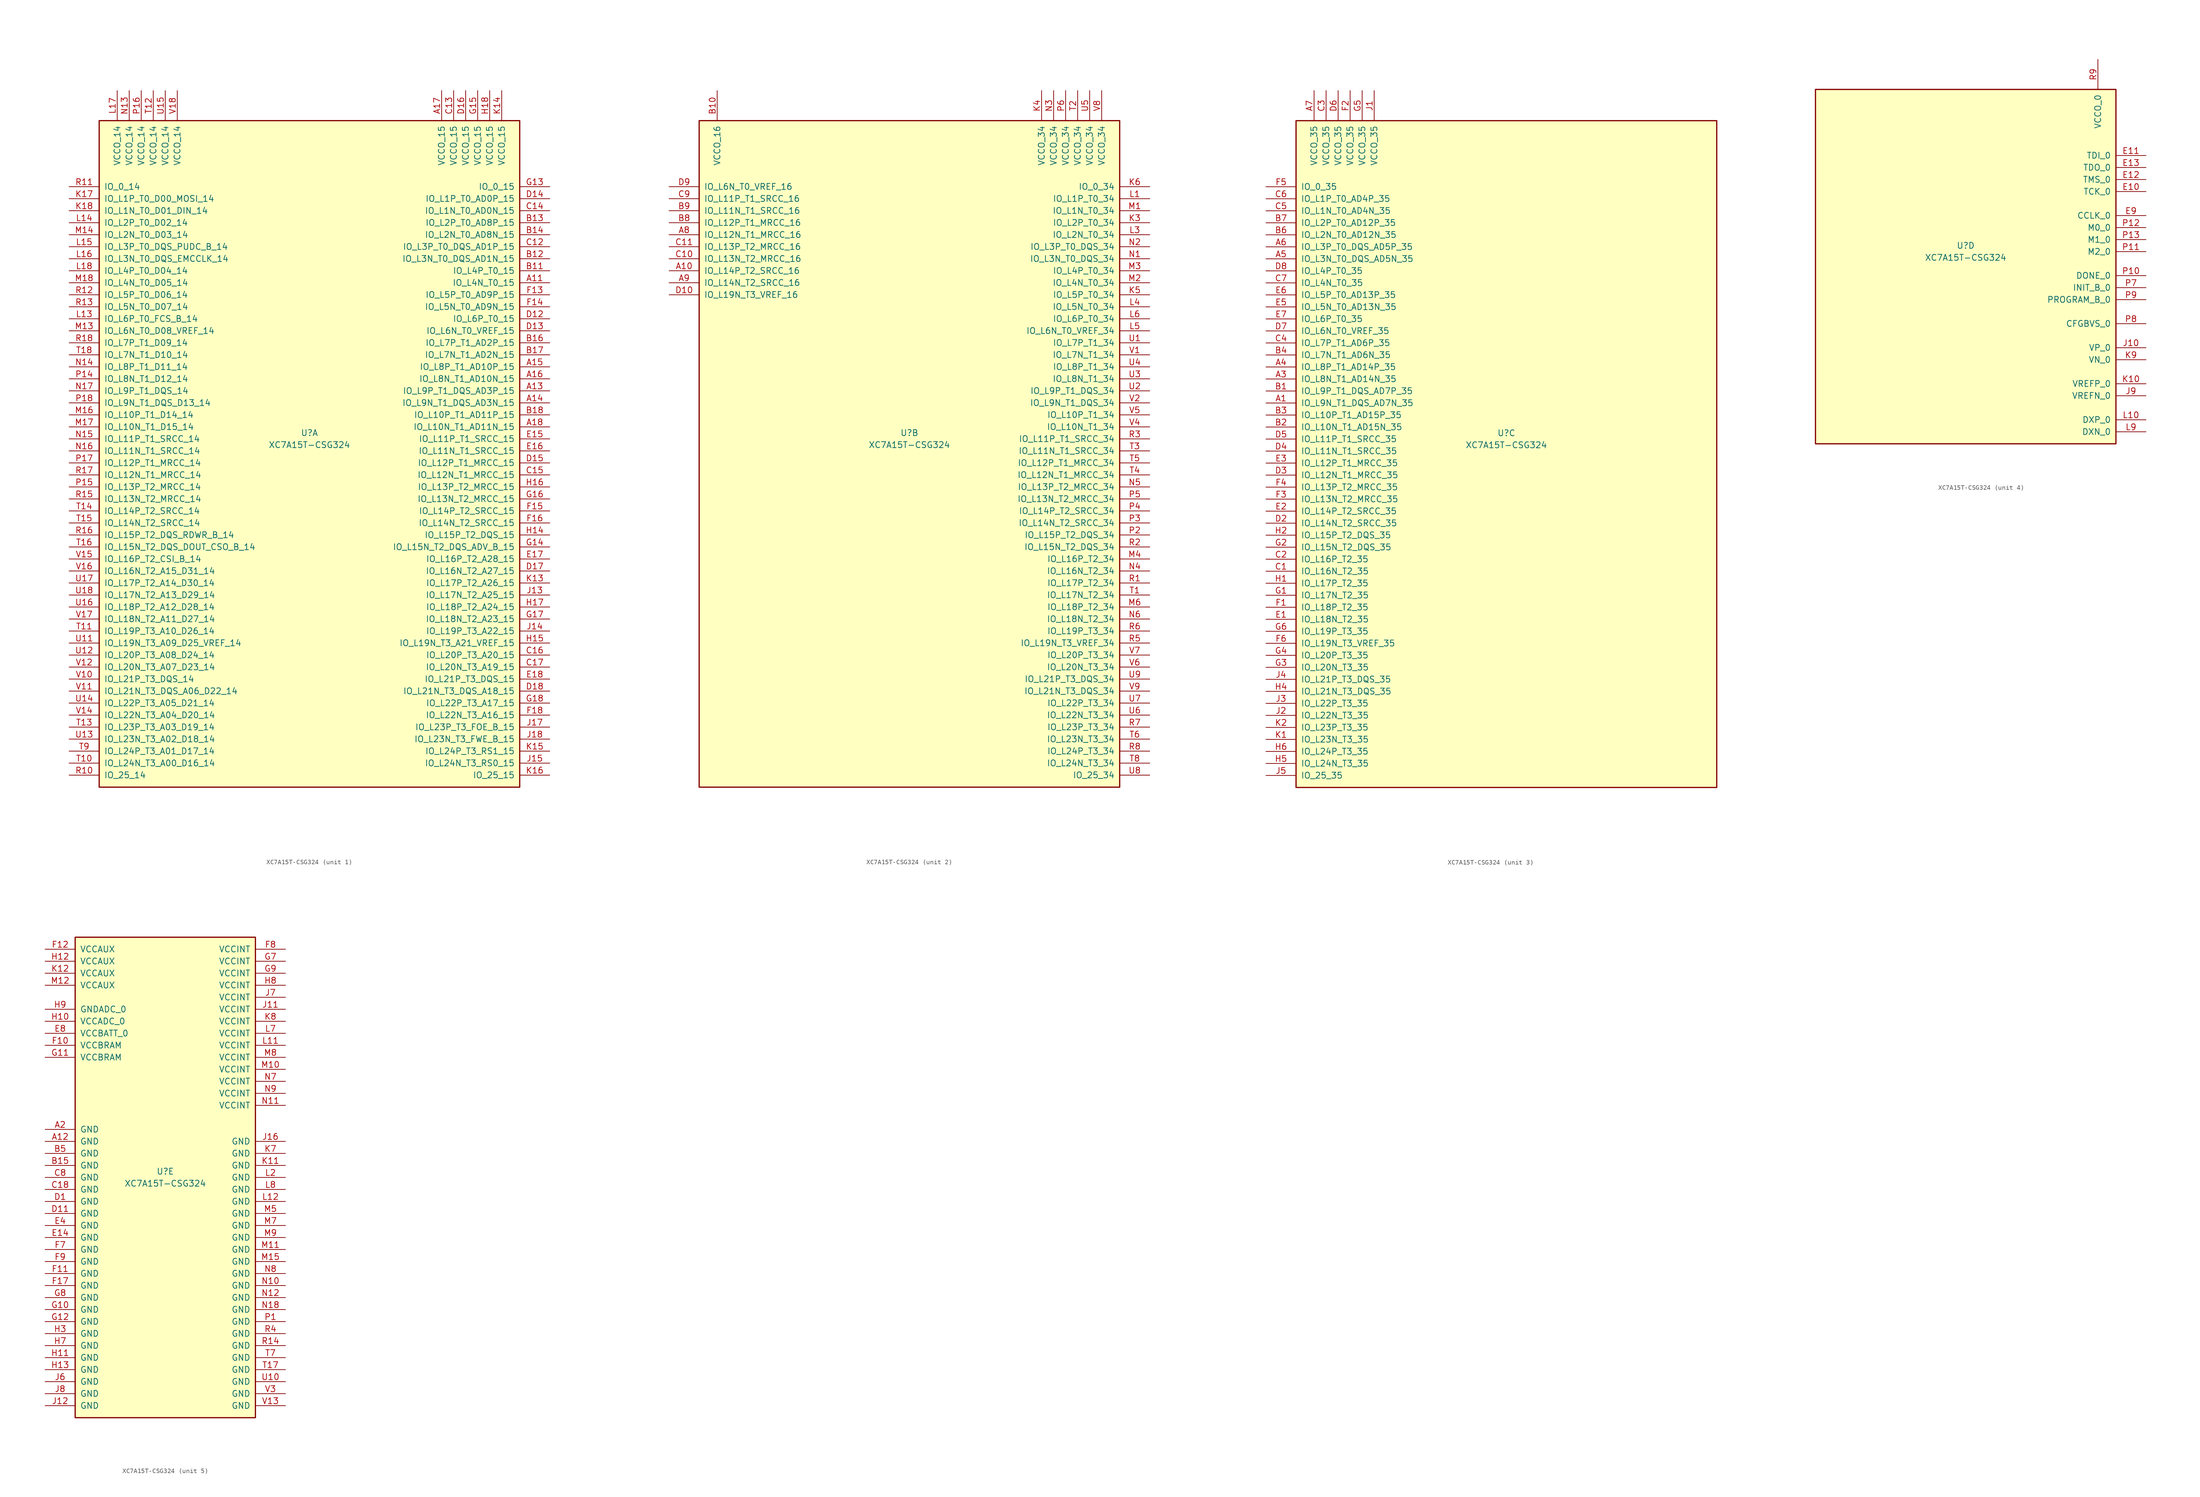
<source format=kicad_sym>
(kicad_symbol_lib
  (version 20201005)
  (generator kicad_symbol_editor)
  (symbol "FPGA_Xilinx_Artix7:XC7A15T-CSG324"
    (pin_names
      (offset 1.016))
    (property "Reference" "U"
      (at 0 1.27 0)
      (effects (font (size 1.27 1.27))))
    (property "Value" "XC7A15T-CSG324"
      (at 0 -1.27 0)
      (effects (font (size 1.27 1.27))))
    (property "Datasheet" ""
      (at 0 0 0)
      (effects (font (size 1.27 1.27))))
    (property "ki_locked" ""
      (at 0 0 0)
      (effects (font (size 1.27 1.27))))
    (symbol "XC7A15T-CSG324_1_1"
      (rectangle (start -44.45 67.31) (end 44.45 -73.66) (stroke (width 0.254)) (fill (type background)))
      (pin power_in line (at -40.64 73.66 270) (length 6.35) (name "VCCO_14" (effects (font (size 1.27 1.27)))) (number "L17" (effects (font (size 1.27 1.27)))))
      (pin power_in line (at -38.1 73.66 270) (length 6.35) (name "VCCO_14" (effects (font (size 1.27 1.27)))) (number "N13" (effects (font (size 1.27 1.27)))))
      (pin power_in line (at -35.56 73.66 270) (length 6.35) (name "VCCO_14" (effects (font (size 1.27 1.27)))) (number "P16" (effects (font (size 1.27 1.27)))))
      (pin power_in line (at -33.02 73.66 270) (length 6.35) (name "VCCO_14" (effects (font (size 1.27 1.27)))) (number "T12" (effects (font (size 1.27 1.27)))))
      (pin power_in line (at -30.48 73.66 270) (length 6.35) (name "VCCO_14" (effects (font (size 1.27 1.27)))) (number "U15" (effects (font (size 1.27 1.27)))))
      (pin power_in line (at -27.94 73.66 270) (length 6.35) (name "VCCO_14" (effects (font (size 1.27 1.27)))) (number "V18" (effects (font (size 1.27 1.27)))))
      (pin bidirectional line (at -50.8 53.34 0) (length 6.35) (name "IO_0_14" (effects (font (size 1.27 1.27)))) (number "R11" (effects (font (size 1.27 1.27)))))
      (pin bidirectional line (at -50.8 50.8 0) (length 6.35) (name "IO_L1P_T0_D00_MOSI_14" (effects (font (size 1.27 1.27)))) (number "K17" (effects (font (size 1.27 1.27)))))
      (pin bidirectional line (at -50.8 48.26 0) (length 6.35) (name "IO_L1N_T0_D01_DIN_14" (effects (font (size 1.27 1.27)))) (number "K18" (effects (font (size 1.27 1.27)))))
      (pin bidirectional line (at -50.8 45.72 0) (length 6.35) (name "IO_L2P_T0_D02_14" (effects (font (size 1.27 1.27)))) (number "L14" (effects (font (size 1.27 1.27)))))
      (pin bidirectional line (at -50.8 43.18 0) (length 6.35) (name "IO_L2N_T0_D03_14" (effects (font (size 1.27 1.27)))) (number "M14" (effects (font (size 1.27 1.27)))))
      (pin bidirectional line (at -50.8 40.64 0) (length 6.35) (name "IO_L3P_T0_DQS_PUDC_B_14" (effects (font (size 1.27 1.27)))) (number "L15" (effects (font (size 1.27 1.27)))))
      (pin bidirectional line (at -50.8 38.1 0) (length 6.35) (name "IO_L3N_T0_DQS_EMCCLK_14" (effects (font (size 1.27 1.27)))) (number "L16" (effects (font (size 1.27 1.27)))))
      (pin bidirectional line (at -50.8 35.56 0) (length 6.35) (name "IO_L4P_T0_D04_14" (effects (font (size 1.27 1.27)))) (number "L18" (effects (font (size 1.27 1.27)))))
      (pin bidirectional line (at -50.8 33.02 0) (length 6.35) (name "IO_L4N_T0_D05_14" (effects (font (size 1.27 1.27)))) (number "M18" (effects (font (size 1.27 1.27)))))
      (pin bidirectional line (at -50.8 30.48 0) (length 6.35) (name "IO_L5P_T0_D06_14" (effects (font (size 1.27 1.27)))) (number "R12" (effects (font (size 1.27 1.27)))))
      (pin bidirectional line (at -50.8 27.94 0) (length 6.35) (name "IO_L5N_T0_D07_14" (effects (font (size 1.27 1.27)))) (number "R13" (effects (font (size 1.27 1.27)))))
      (pin bidirectional line (at -50.8 25.4 0) (length 6.35) (name "IO_L6P_T0_FCS_B_14" (effects (font (size 1.27 1.27)))) (number "L13" (effects (font (size 1.27 1.27)))))
      (pin bidirectional line (at -50.8 22.86 0) (length 6.35) (name "IO_L6N_T0_D08_VREF_14" (effects (font (size 1.27 1.27)))) (number "M13" (effects (font (size 1.27 1.27)))))
      (pin bidirectional line (at -50.8 20.32 0) (length 6.35) (name "IO_L7P_T1_D09_14" (effects (font (size 1.27 1.27)))) (number "R18" (effects (font (size 1.27 1.27)))))
      (pin bidirectional line (at -50.8 17.78 0) (length 6.35) (name "IO_L7N_T1_D10_14" (effects (font (size 1.27 1.27)))) (number "T18" (effects (font (size 1.27 1.27)))))
      (pin bidirectional line (at -50.8 15.24 0) (length 6.35) (name "IO_L8P_T1_D11_14" (effects (font (size 1.27 1.27)))) (number "N14" (effects (font (size 1.27 1.27)))))
      (pin bidirectional line (at -50.8 12.7 0) (length 6.35) (name "IO_L8N_T1_D12_14" (effects (font (size 1.27 1.27)))) (number "P14" (effects (font (size 1.27 1.27)))))
      (pin bidirectional line (at -50.8 10.16 0) (length 6.35) (name "IO_L9P_T1_DQS_14" (effects (font (size 1.27 1.27)))) (number "N17" (effects (font (size 1.27 1.27)))))
      (pin bidirectional line (at -50.8 7.62 0) (length 6.35) (name "IO_L9N_T1_DQS_D13_14" (effects (font (size 1.27 1.27)))) (number "P18" (effects (font (size 1.27 1.27)))))
      (pin bidirectional line (at -50.8 5.08 0) (length 6.35) (name "IO_L10P_T1_D14_14" (effects (font (size 1.27 1.27)))) (number "M16" (effects (font (size 1.27 1.27)))))
      (pin bidirectional line (at -50.8 2.54 0) (length 6.35) (name "IO_L10N_T1_D15_14" (effects (font (size 1.27 1.27)))) (number "M17" (effects (font (size 1.27 1.27)))))
      (pin bidirectional line (at -50.8 0 0) (length 6.35) (name "IO_L11P_T1_SRCC_14" (effects (font (size 1.27 1.27)))) (number "N15" (effects (font (size 1.27 1.27)))))
      (pin bidirectional line (at -50.8 -2.54 0) (length 6.35) (name "IO_L11N_T1_SRCC_14" (effects (font (size 1.27 1.27)))) (number "N16" (effects (font (size 1.27 1.27)))))
      (pin bidirectional line (at -50.8 -5.08 0) (length 6.35) (name "IO_L12P_T1_MRCC_14" (effects (font (size 1.27 1.27)))) (number "P17" (effects (font (size 1.27 1.27)))))
      (pin bidirectional line (at -50.8 -7.62 0) (length 6.35) (name "IO_L12N_T1_MRCC_14" (effects (font (size 1.27 1.27)))) (number "R17" (effects (font (size 1.27 1.27)))))
      (pin bidirectional line (at -50.8 -10.16 0) (length 6.35) (name "IO_L13P_T2_MRCC_14" (effects (font (size 1.27 1.27)))) (number "P15" (effects (font (size 1.27 1.27)))))
      (pin bidirectional line (at -50.8 -12.7 0) (length 6.35) (name "IO_L13N_T2_MRCC_14" (effects (font (size 1.27 1.27)))) (number "R15" (effects (font (size 1.27 1.27)))))
      (pin bidirectional line (at -50.8 -15.24 0) (length 6.35) (name "IO_L14P_T2_SRCC_14" (effects (font (size 1.27 1.27)))) (number "T14" (effects (font (size 1.27 1.27)))))
      (pin bidirectional line (at -50.8 -17.78 0) (length 6.35) (name "IO_L14N_T2_SRCC_14" (effects (font (size 1.27 1.27)))) (number "T15" (effects (font (size 1.27 1.27)))))
      (pin bidirectional line (at -50.8 -20.32 0) (length 6.35) (name "IO_L15P_T2_DQS_RDWR_B_14" (effects (font (size 1.27 1.27)))) (number "R16" (effects (font (size 1.27 1.27)))))
      (pin bidirectional line (at -50.8 -22.86 0) (length 6.35) (name "IO_L15N_T2_DQS_DOUT_CSO_B_14" (effects (font (size 1.27 1.27)))) (number "T16" (effects (font (size 1.27 1.27)))))
      (pin bidirectional line (at -50.8 -25.4 0) (length 6.35) (name "IO_L16P_T2_CSI_B_14" (effects (font (size 1.27 1.27)))) (number "V15" (effects (font (size 1.27 1.27)))))
      (pin bidirectional line (at -50.8 -27.94 0) (length 6.35) (name "IO_L16N_T2_A15_D31_14" (effects (font (size 1.27 1.27)))) (number "V16" (effects (font (size 1.27 1.27)))))
      (pin bidirectional line (at -50.8 -30.48 0) (length 6.35) (name "IO_L17P_T2_A14_D30_14" (effects (font (size 1.27 1.27)))) (number "U17" (effects (font (size 1.27 1.27)))))
      (pin bidirectional line (at -50.8 -33.02 0) (length 6.35) (name "IO_L17N_T2_A13_D29_14" (effects (font (size 1.27 1.27)))) (number "U18" (effects (font (size 1.27 1.27)))))
      (pin bidirectional line (at -50.8 -35.56 0) (length 6.35) (name "IO_L18P_T2_A12_D28_14" (effects (font (size 1.27 1.27)))) (number "U16" (effects (font (size 1.27 1.27)))))
      (pin bidirectional line (at -50.8 -38.1 0) (length 6.35) (name "IO_L18N_T2_A11_D27_14" (effects (font (size 1.27 1.27)))) (number "V17" (effects (font (size 1.27 1.27)))))
      (pin bidirectional line (at -50.8 -40.64 0) (length 6.35) (name "IO_L19P_T3_A10_D26_14" (effects (font (size 1.27 1.27)))) (number "T11" (effects (font (size 1.27 1.27)))))
      (pin bidirectional line (at -50.8 -43.18 0) (length 6.35) (name "IO_L19N_T3_A09_D25_VREF_14" (effects (font (size 1.27 1.27)))) (number "U11" (effects (font (size 1.27 1.27)))))
      (pin bidirectional line (at -50.8 -45.72 0) (length 6.35) (name "IO_L20P_T3_A08_D24_14" (effects (font (size 1.27 1.27)))) (number "U12" (effects (font (size 1.27 1.27)))))
      (pin bidirectional line (at -50.8 -48.26 0) (length 6.35) (name "IO_L20N_T3_A07_D23_14" (effects (font (size 1.27 1.27)))) (number "V12" (effects (font (size 1.27 1.27)))))
      (pin bidirectional line (at -50.8 -50.8 0) (length 6.35) (name "IO_L21P_T3_DQS_14" (effects (font (size 1.27 1.27)))) (number "V10" (effects (font (size 1.27 1.27)))))
      (pin bidirectional line (at -50.8 -53.34 0) (length 6.35) (name "IO_L21N_T3_DQS_A06_D22_14" (effects (font (size 1.27 1.27)))) (number "V11" (effects (font (size 1.27 1.27)))))
      (pin bidirectional line (at -50.8 -55.88 0) (length 6.35) (name "IO_L22P_T3_A05_D21_14" (effects (font (size 1.27 1.27)))) (number "U14" (effects (font (size 1.27 1.27)))))
      (pin bidirectional line (at -50.8 -58.42 0) (length 6.35) (name "IO_L22N_T3_A04_D20_14" (effects (font (size 1.27 1.27)))) (number "V14" (effects (font (size 1.27 1.27)))))
      (pin bidirectional line (at -50.8 -60.96 0) (length 6.35) (name "IO_L23P_T3_A03_D19_14" (effects (font (size 1.27 1.27)))) (number "T13" (effects (font (size 1.27 1.27)))))
      (pin bidirectional line (at -50.8 -63.5 0) (length 6.35) (name "IO_L23N_T3_A02_D18_14" (effects (font (size 1.27 1.27)))) (number "U13" (effects (font (size 1.27 1.27)))))
      (pin bidirectional line (at -50.8 -66.04 0) (length 6.35) (name "IO_L24P_T3_A01_D17_14" (effects (font (size 1.27 1.27)))) (number "T9" (effects (font (size 1.27 1.27)))))
      (pin bidirectional line (at -50.8 -68.58 0) (length 6.35) (name "IO_L24N_T3_A00_D16_14" (effects (font (size 1.27 1.27)))) (number "T10" (effects (font (size 1.27 1.27)))))
      (pin bidirectional line (at -50.8 -71.12 0) (length 6.35) (name "IO_25_14" (effects (font (size 1.27 1.27)))) (number "R10" (effects (font (size 1.27 1.27)))))
      (pin power_in line (at 27.94 73.66 270) (length 6.35) (name "VCCO_15" (effects (font (size 1.27 1.27)))) (number "A17" (effects (font (size 1.27 1.27)))))
      (pin power_in line (at 30.48 73.66 270) (length 6.35) (name "VCCO_15" (effects (font (size 1.27 1.27)))) (number "C13" (effects (font (size 1.27 1.27)))))
      (pin power_in line (at 33.02 73.66 270) (length 6.35) (name "VCCO_15" (effects (font (size 1.27 1.27)))) (number "D16" (effects (font (size 1.27 1.27)))))
      (pin power_in line (at 35.56 73.66 270) (length 6.35) (name "VCCO_15" (effects (font (size 1.27 1.27)))) (number "G15" (effects (font (size 1.27 1.27)))))
      (pin power_in line (at 38.1 73.66 270) (length 6.35) (name "VCCO_15" (effects (font (size 1.27 1.27)))) (number "H18" (effects (font (size 1.27 1.27)))))
      (pin power_in line (at 40.64 73.66 270) (length 6.35) (name "VCCO_15" (effects (font (size 1.27 1.27)))) (number "K14" (effects (font (size 1.27 1.27)))))
      (pin bidirectional line (at 50.8 53.34 180) (length 6.35) (name "IO_0_15" (effects (font (size 1.27 1.27)))) (number "G13" (effects (font (size 1.27 1.27)))))
      (pin bidirectional line (at 50.8 50.8 180) (length 6.35) (name "IO_L1P_T0_AD0P_15" (effects (font (size 1.27 1.27)))) (number "D14" (effects (font (size 1.27 1.27)))))
      (pin bidirectional line (at 50.8 48.26 180) (length 6.35) (name "IO_L1N_T0_AD0N_15" (effects (font (size 1.27 1.27)))) (number "C14" (effects (font (size 1.27 1.27)))))
      (pin bidirectional line (at 50.8 45.72 180) (length 6.35) (name "IO_L2P_T0_AD8P_15" (effects (font (size 1.27 1.27)))) (number "B13" (effects (font (size 1.27 1.27)))))
      (pin bidirectional line (at 50.8 43.18 180) (length 6.35) (name "IO_L2N_T0_AD8N_15" (effects (font (size 1.27 1.27)))) (number "B14" (effects (font (size 1.27 1.27)))))
      (pin bidirectional line (at 50.8 40.64 180) (length 6.35) (name "IO_L3P_T0_DQS_AD1P_15" (effects (font (size 1.27 1.27)))) (number "C12" (effects (font (size 1.27 1.27)))))
      (pin bidirectional line (at 50.8 38.1 180) (length 6.35) (name "IO_L3N_T0_DQS_AD1N_15" (effects (font (size 1.27 1.27)))) (number "B12" (effects (font (size 1.27 1.27)))))
      (pin bidirectional line (at 50.8 35.56 180) (length 6.35) (name "IO_L4P_T0_15" (effects (font (size 1.27 1.27)))) (number "B11" (effects (font (size 1.27 1.27)))))
      (pin bidirectional line (at 50.8 33.02 180) (length 6.35) (name "IO_L4N_T0_15" (effects (font (size 1.27 1.27)))) (number "A11" (effects (font (size 1.27 1.27)))))
      (pin bidirectional line (at 50.8 30.48 180) (length 6.35) (name "IO_L5P_T0_AD9P_15" (effects (font (size 1.27 1.27)))) (number "F13" (effects (font (size 1.27 1.27)))))
      (pin bidirectional line (at 50.8 27.94 180) (length 6.35) (name "IO_L5N_T0_AD9N_15" (effects (font (size 1.27 1.27)))) (number "F14" (effects (font (size 1.27 1.27)))))
      (pin bidirectional line (at 50.8 25.4 180) (length 6.35) (name "IO_L6P_T0_15" (effects (font (size 1.27 1.27)))) (number "D12" (effects (font (size 1.27 1.27)))))
      (pin bidirectional line (at 50.8 22.86 180) (length 6.35) (name "IO_L6N_T0_VREF_15" (effects (font (size 1.27 1.27)))) (number "D13" (effects (font (size 1.27 1.27)))))
      (pin bidirectional line (at 50.8 20.32 180) (length 6.35) (name "IO_L7P_T1_AD2P_15" (effects (font (size 1.27 1.27)))) (number "B16" (effects (font (size 1.27 1.27)))))
      (pin bidirectional line (at 50.8 17.78 180) (length 6.35) (name "IO_L7N_T1_AD2N_15" (effects (font (size 1.27 1.27)))) (number "B17" (effects (font (size 1.27 1.27)))))
      (pin bidirectional line (at 50.8 15.24 180) (length 6.35) (name "IO_L8P_T1_AD10P_15" (effects (font (size 1.27 1.27)))) (number "A15" (effects (font (size 1.27 1.27)))))
      (pin bidirectional line (at 50.8 12.7 180) (length 6.35) (name "IO_L8N_T1_AD10N_15" (effects (font (size 1.27 1.27)))) (number "A16" (effects (font (size 1.27 1.27)))))
      (pin bidirectional line (at 50.8 10.16 180) (length 6.35) (name "IO_L9P_T1_DQS_AD3P_15" (effects (font (size 1.27 1.27)))) (number "A13" (effects (font (size 1.27 1.27)))))
      (pin bidirectional line (at 50.8 7.62 180) (length 6.35) (name "IO_L9N_T1_DQS_AD3N_15" (effects (font (size 1.27 1.27)))) (number "A14" (effects (font (size 1.27 1.27)))))
      (pin bidirectional line (at 50.8 5.08 180) (length 6.35) (name "IO_L10P_T1_AD11P_15" (effects (font (size 1.27 1.27)))) (number "B18" (effects (font (size 1.27 1.27)))))
      (pin bidirectional line (at 50.8 2.54 180) (length 6.35) (name "IO_L10N_T1_AD11N_15" (effects (font (size 1.27 1.27)))) (number "A18" (effects (font (size 1.27 1.27)))))
      (pin bidirectional line (at 50.8 0 180) (length 6.35) (name "IO_L11P_T1_SRCC_15" (effects (font (size 1.27 1.27)))) (number "E15" (effects (font (size 1.27 1.27)))))
      (pin bidirectional line (at 50.8 -2.54 180) (length 6.35) (name "IO_L11N_T1_SRCC_15" (effects (font (size 1.27 1.27)))) (number "E16" (effects (font (size 1.27 1.27)))))
      (pin bidirectional line (at 50.8 -5.08 180) (length 6.35) (name "IO_L12P_T1_MRCC_15" (effects (font (size 1.27 1.27)))) (number "D15" (effects (font (size 1.27 1.27)))))
      (pin bidirectional line (at 50.8 -7.62 180) (length 6.35) (name "IO_L12N_T1_MRCC_15" (effects (font (size 1.27 1.27)))) (number "C15" (effects (font (size 1.27 1.27)))))
      (pin bidirectional line (at 50.8 -10.16 180) (length 6.35) (name "IO_L13P_T2_MRCC_15" (effects (font (size 1.27 1.27)))) (number "H16" (effects (font (size 1.27 1.27)))))
      (pin bidirectional line (at 50.8 -12.7 180) (length 6.35) (name "IO_L13N_T2_MRCC_15" (effects (font (size 1.27 1.27)))) (number "G16" (effects (font (size 1.27 1.27)))))
      (pin bidirectional line (at 50.8 -15.24 180) (length 6.35) (name "IO_L14P_T2_SRCC_15" (effects (font (size 1.27 1.27)))) (number "F15" (effects (font (size 1.27 1.27)))))
      (pin bidirectional line (at 50.8 -17.78 180) (length 6.35) (name "IO_L14N_T2_SRCC_15" (effects (font (size 1.27 1.27)))) (number "F16" (effects (font (size 1.27 1.27)))))
      (pin bidirectional line (at 50.8 -20.32 180) (length 6.35) (name "IO_L15P_T2_DQS_15" (effects (font (size 1.27 1.27)))) (number "H14" (effects (font (size 1.27 1.27)))))
      (pin bidirectional line (at 50.8 -22.86 180) (length 6.35) (name "IO_L15N_T2_DQS_ADV_B_15" (effects (font (size 1.27 1.27)))) (number "G14" (effects (font (size 1.27 1.27)))))
      (pin bidirectional line (at 50.8 -25.4 180) (length 6.35) (name "IO_L16P_T2_A28_15" (effects (font (size 1.27 1.27)))) (number "E17" (effects (font (size 1.27 1.27)))))
      (pin bidirectional line (at 50.8 -27.94 180) (length 6.35) (name "IO_L16N_T2_A27_15" (effects (font (size 1.27 1.27)))) (number "D17" (effects (font (size 1.27 1.27)))))
      (pin bidirectional line (at 50.8 -30.48 180) (length 6.35) (name "IO_L17P_T2_A26_15" (effects (font (size 1.27 1.27)))) (number "K13" (effects (font (size 1.27 1.27)))))
      (pin bidirectional line (at 50.8 -33.02 180) (length 6.35) (name "IO_L17N_T2_A25_15" (effects (font (size 1.27 1.27)))) (number "J13" (effects (font (size 1.27 1.27)))))
      (pin bidirectional line (at 50.8 -35.56 180) (length 6.35) (name "IO_L18P_T2_A24_15" (effects (font (size 1.27 1.27)))) (number "H17" (effects (font (size 1.27 1.27)))))
      (pin bidirectional line (at 50.8 -38.1 180) (length 6.35) (name "IO_L18N_T2_A23_15" (effects (font (size 1.27 1.27)))) (number "G17" (effects (font (size 1.27 1.27)))))
      (pin bidirectional line (at 50.8 -40.64 180) (length 6.35) (name "IO_L19P_T3_A22_15" (effects (font (size 1.27 1.27)))) (number "J14" (effects (font (size 1.27 1.27)))))
      (pin bidirectional line (at 50.8 -43.18 180) (length 6.35) (name "IO_L19N_T3_A21_VREF_15" (effects (font (size 1.27 1.27)))) (number "H15" (effects (font (size 1.27 1.27)))))
      (pin bidirectional line (at 50.8 -45.72 180) (length 6.35) (name "IO_L20P_T3_A20_15" (effects (font (size 1.27 1.27)))) (number "C16" (effects (font (size 1.27 1.27)))))
      (pin bidirectional line (at 50.8 -48.26 180) (length 6.35) (name "IO_L20N_T3_A19_15" (effects (font (size 1.27 1.27)))) (number "C17" (effects (font (size 1.27 1.27)))))
      (pin bidirectional line (at 50.8 -50.8 180) (length 6.35) (name "IO_L21P_T3_DQS_15" (effects (font (size 1.27 1.27)))) (number "E18" (effects (font (size 1.27 1.27)))))
      (pin bidirectional line (at 50.8 -53.34 180) (length 6.35) (name "IO_L21N_T3_DQS_A18_15" (effects (font (size 1.27 1.27)))) (number "D18" (effects (font (size 1.27 1.27)))))
      (pin bidirectional line (at 50.8 -55.88 180) (length 6.35) (name "IO_L22P_T3_A17_15" (effects (font (size 1.27 1.27)))) (number "G18" (effects (font (size 1.27 1.27)))))
      (pin bidirectional line (at 50.8 -58.42 180) (length 6.35) (name "IO_L22N_T3_A16_15" (effects (font (size 1.27 1.27)))) (number "F18" (effects (font (size 1.27 1.27)))))
      (pin bidirectional line (at 50.8 -60.96 180) (length 6.35) (name "IO_L23P_T3_FOE_B_15" (effects (font (size 1.27 1.27)))) (number "J17" (effects (font (size 1.27 1.27)))))
      (pin bidirectional line (at 50.8 -63.5 180) (length 6.35) (name "IO_L23N_T3_FWE_B_15" (effects (font (size 1.27 1.27)))) (number "J18" (effects (font (size 1.27 1.27)))))
      (pin bidirectional line (at 50.8 -66.04 180) (length 6.35) (name "IO_L24P_T3_RS1_15" (effects (font (size 1.27 1.27)))) (number "K15" (effects (font (size 1.27 1.27)))))
      (pin bidirectional line (at 50.8 -68.58 180) (length 6.35) (name "IO_L24N_T3_RS0_15" (effects (font (size 1.27 1.27)))) (number "J15" (effects (font (size 1.27 1.27)))))
      (pin bidirectional line (at 50.8 -71.12 180) (length 6.35) (name "IO_25_15" (effects (font (size 1.27 1.27)))) (number "K16" (effects (font (size 1.27 1.27))))))
    (symbol "XC7A15T-CSG324_2_1"
      (rectangle (start -44.45 67.31) (end 44.45 -73.66) (stroke (width 0.254)) (fill (type background)))
      (pin power_in line (at -40.64 73.66 270) (length 6.35) (name "VCCO_16" (effects (font (size 1.27 1.27)))) (number "B10" (effects (font (size 1.27 1.27)))))
      (pin bidirectional line (at -50.8 53.34 0) (length 6.35) (name "IO_L6N_T0_VREF_16" (effects (font (size 1.27 1.27)))) (number "D9" (effects (font (size 1.27 1.27)))))
      (pin bidirectional line (at -50.8 50.8 0) (length 6.35) (name "IO_L11P_T1_SRCC_16" (effects (font (size 1.27 1.27)))) (number "C9" (effects (font (size 1.27 1.27)))))
      (pin bidirectional line (at -50.8 48.26 0) (length 6.35) (name "IO_L11N_T1_SRCC_16" (effects (font (size 1.27 1.27)))) (number "B9" (effects (font (size 1.27 1.27)))))
      (pin bidirectional line (at -50.8 45.72 0) (length 6.35) (name "IO_L12P_T1_MRCC_16" (effects (font (size 1.27 1.27)))) (number "B8" (effects (font (size 1.27 1.27)))))
      (pin bidirectional line (at -50.8 43.18 0) (length 6.35) (name "IO_L12N_T1_MRCC_16" (effects (font (size 1.27 1.27)))) (number "A8" (effects (font (size 1.27 1.27)))))
      (pin bidirectional line (at -50.8 40.64 0) (length 6.35) (name "IO_L13P_T2_MRCC_16" (effects (font (size 1.27 1.27)))) (number "C11" (effects (font (size 1.27 1.27)))))
      (pin bidirectional line (at -50.8 38.1 0) (length 6.35) (name "IO_L13N_T2_MRCC_16" (effects (font (size 1.27 1.27)))) (number "C10" (effects (font (size 1.27 1.27)))))
      (pin bidirectional line (at -50.8 35.56 0) (length 6.35) (name "IO_L14P_T2_SRCC_16" (effects (font (size 1.27 1.27)))) (number "A10" (effects (font (size 1.27 1.27)))))
      (pin bidirectional line (at -50.8 33.02 0) (length 6.35) (name "IO_L14N_T2_SRCC_16" (effects (font (size 1.27 1.27)))) (number "A9" (effects (font (size 1.27 1.27)))))
      (pin bidirectional line (at -50.8 30.48 0) (length 6.35) (name "IO_L19N_T3_VREF_16" (effects (font (size 1.27 1.27)))) (number "D10" (effects (font (size 1.27 1.27)))))
      (pin power_in line (at 27.94 73.66 270) (length 6.35) (name "VCCO_34" (effects (font (size 1.27 1.27)))) (number "K4" (effects (font (size 1.27 1.27)))))
      (pin power_in line (at 30.48 73.66 270) (length 6.35) (name "VCCO_34" (effects (font (size 1.27 1.27)))) (number "N3" (effects (font (size 1.27 1.27)))))
      (pin power_in line (at 33.02 73.66 270) (length 6.35) (name "VCCO_34" (effects (font (size 1.27 1.27)))) (number "P6" (effects (font (size 1.27 1.27)))))
      (pin power_in line (at 35.56 73.66 270) (length 6.35) (name "VCCO_34" (effects (font (size 1.27 1.27)))) (number "T2" (effects (font (size 1.27 1.27)))))
      (pin power_in line (at 38.1 73.66 270) (length 6.35) (name "VCCO_34" (effects (font (size 1.27 1.27)))) (number "U5" (effects (font (size 1.27 1.27)))))
      (pin power_in line (at 40.64 73.66 270) (length 6.35) (name "VCCO_34" (effects (font (size 1.27 1.27)))) (number "V8" (effects (font (size 1.27 1.27)))))
      (pin bidirectional line (at 50.8 53.34 180) (length 6.35) (name "IO_0_34" (effects (font (size 1.27 1.27)))) (number "K6" (effects (font (size 1.27 1.27)))))
      (pin bidirectional line (at 50.8 50.8 180) (length 6.35) (name "IO_L1P_T0_34" (effects (font (size 1.27 1.27)))) (number "L1" (effects (font (size 1.27 1.27)))))
      (pin bidirectional line (at 50.8 48.26 180) (length 6.35) (name "IO_L1N_T0_34" (effects (font (size 1.27 1.27)))) (number "M1" (effects (font (size 1.27 1.27)))))
      (pin bidirectional line (at 50.8 45.72 180) (length 6.35) (name "IO_L2P_T0_34" (effects (font (size 1.27 1.27)))) (number "K3" (effects (font (size 1.27 1.27)))))
      (pin bidirectional line (at 50.8 43.18 180) (length 6.35) (name "IO_L2N_T0_34" (effects (font (size 1.27 1.27)))) (number "L3" (effects (font (size 1.27 1.27)))))
      (pin bidirectional line (at 50.8 40.64 180) (length 6.35) (name "IO_L3P_T0_DQS_34" (effects (font (size 1.27 1.27)))) (number "N2" (effects (font (size 1.27 1.27)))))
      (pin bidirectional line (at 50.8 38.1 180) (length 6.35) (name "IO_L3N_T0_DQS_34" (effects (font (size 1.27 1.27)))) (number "N1" (effects (font (size 1.27 1.27)))))
      (pin bidirectional line (at 50.8 35.56 180) (length 6.35) (name "IO_L4P_T0_34" (effects (font (size 1.27 1.27)))) (number "M3" (effects (font (size 1.27 1.27)))))
      (pin bidirectional line (at 50.8 33.02 180) (length 6.35) (name "IO_L4N_T0_34" (effects (font (size 1.27 1.27)))) (number "M2" (effects (font (size 1.27 1.27)))))
      (pin bidirectional line (at 50.8 30.48 180) (length 6.35) (name "IO_L5P_T0_34" (effects (font (size 1.27 1.27)))) (number "K5" (effects (font (size 1.27 1.27)))))
      (pin bidirectional line (at 50.8 27.94 180) (length 6.35) (name "IO_L5N_T0_34" (effects (font (size 1.27 1.27)))) (number "L4" (effects (font (size 1.27 1.27)))))
      (pin bidirectional line (at 50.8 25.4 180) (length 6.35) (name "IO_L6P_T0_34" (effects (font (size 1.27 1.27)))) (number "L6" (effects (font (size 1.27 1.27)))))
      (pin bidirectional line (at 50.8 22.86 180) (length 6.35) (name "IO_L6N_T0_VREF_34" (effects (font (size 1.27 1.27)))) (number "L5" (effects (font (size 1.27 1.27)))))
      (pin bidirectional line (at 50.8 20.32 180) (length 6.35) (name "IO_L7P_T1_34" (effects (font (size 1.27 1.27)))) (number "U1" (effects (font (size 1.27 1.27)))))
      (pin bidirectional line (at 50.8 17.78 180) (length 6.35) (name "IO_L7N_T1_34" (effects (font (size 1.27 1.27)))) (number "V1" (effects (font (size 1.27 1.27)))))
      (pin bidirectional line (at 50.8 15.24 180) (length 6.35) (name "IO_L8P_T1_34" (effects (font (size 1.27 1.27)))) (number "U4" (effects (font (size 1.27 1.27)))))
      (pin bidirectional line (at 50.8 12.7 180) (length 6.35) (name "IO_L8N_T1_34" (effects (font (size 1.27 1.27)))) (number "U3" (effects (font (size 1.27 1.27)))))
      (pin bidirectional line (at 50.8 10.16 180) (length 6.35) (name "IO_L9P_T1_DQS_34" (effects (font (size 1.27 1.27)))) (number "U2" (effects (font (size 1.27 1.27)))))
      (pin bidirectional line (at 50.8 7.62 180) (length 6.35) (name "IO_L9N_T1_DQS_34" (effects (font (size 1.27 1.27)))) (number "V2" (effects (font (size 1.27 1.27)))))
      (pin bidirectional line (at 50.8 5.08 180) (length 6.35) (name "IO_L10P_T1_34" (effects (font (size 1.27 1.27)))) (number "V5" (effects (font (size 1.27 1.27)))))
      (pin bidirectional line (at 50.8 2.54 180) (length 6.35) (name "IO_L10N_T1_34" (effects (font (size 1.27 1.27)))) (number "V4" (effects (font (size 1.27 1.27)))))
      (pin bidirectional line (at 50.8 0 180) (length 6.35) (name "IO_L11P_T1_SRCC_34" (effects (font (size 1.27 1.27)))) (number "R3" (effects (font (size 1.27 1.27)))))
      (pin bidirectional line (at 50.8 -2.54 180) (length 6.35) (name "IO_L11N_T1_SRCC_34" (effects (font (size 1.27 1.27)))) (number "T3" (effects (font (size 1.27 1.27)))))
      (pin bidirectional line (at 50.8 -5.08 180) (length 6.35) (name "IO_L12P_T1_MRCC_34" (effects (font (size 1.27 1.27)))) (number "T5" (effects (font (size 1.27 1.27)))))
      (pin bidirectional line (at 50.8 -7.62 180) (length 6.35) (name "IO_L12N_T1_MRCC_34" (effects (font (size 1.27 1.27)))) (number "T4" (effects (font (size 1.27 1.27)))))
      (pin bidirectional line (at 50.8 -10.16 180) (length 6.35) (name "IO_L13P_T2_MRCC_34" (effects (font (size 1.27 1.27)))) (number "N5" (effects (font (size 1.27 1.27)))))
      (pin bidirectional line (at 50.8 -12.7 180) (length 6.35) (name "IO_L13N_T2_MRCC_34" (effects (font (size 1.27 1.27)))) (number "P5" (effects (font (size 1.27 1.27)))))
      (pin bidirectional line (at 50.8 -15.24 180) (length 6.35) (name "IO_L14P_T2_SRCC_34" (effects (font (size 1.27 1.27)))) (number "P4" (effects (font (size 1.27 1.27)))))
      (pin bidirectional line (at 50.8 -17.78 180) (length 6.35) (name "IO_L14N_T2_SRCC_34" (effects (font (size 1.27 1.27)))) (number "P3" (effects (font (size 1.27 1.27)))))
      (pin bidirectional line (at 50.8 -20.32 180) (length 6.35) (name "IO_L15P_T2_DQS_34" (effects (font (size 1.27 1.27)))) (number "P2" (effects (font (size 1.27 1.27)))))
      (pin bidirectional line (at 50.8 -22.86 180) (length 6.35) (name "IO_L15N_T2_DQS_34" (effects (font (size 1.27 1.27)))) (number "R2" (effects (font (size 1.27 1.27)))))
      (pin bidirectional line (at 50.8 -25.4 180) (length 6.35) (name "IO_L16P_T2_34" (effects (font (size 1.27 1.27)))) (number "M4" (effects (font (size 1.27 1.27)))))
      (pin bidirectional line (at 50.8 -27.94 180) (length 6.35) (name "IO_L16N_T2_34" (effects (font (size 1.27 1.27)))) (number "N4" (effects (font (size 1.27 1.27)))))
      (pin bidirectional line (at 50.8 -30.48 180) (length 6.35) (name "IO_L17P_T2_34" (effects (font (size 1.27 1.27)))) (number "R1" (effects (font (size 1.27 1.27)))))
      (pin bidirectional line (at 50.8 -33.02 180) (length 6.35) (name "IO_L17N_T2_34" (effects (font (size 1.27 1.27)))) (number "T1" (effects (font (size 1.27 1.27)))))
      (pin bidirectional line (at 50.8 -35.56 180) (length 6.35) (name "IO_L18P_T2_34" (effects (font (size 1.27 1.27)))) (number "M6" (effects (font (size 1.27 1.27)))))
      (pin bidirectional line (at 50.8 -38.1 180) (length 6.35) (name "IO_L18N_T2_34" (effects (font (size 1.27 1.27)))) (number "N6" (effects (font (size 1.27 1.27)))))
      (pin bidirectional line (at 50.8 -40.64 180) (length 6.35) (name "IO_L19P_T3_34" (effects (font (size 1.27 1.27)))) (number "R6" (effects (font (size 1.27 1.27)))))
      (pin bidirectional line (at 50.8 -43.18 180) (length 6.35) (name "IO_L19N_T3_VREF_34" (effects (font (size 1.27 1.27)))) (number "R5" (effects (font (size 1.27 1.27)))))
      (pin bidirectional line (at 50.8 -45.72 180) (length 6.35) (name "IO_L20P_T3_34" (effects (font (size 1.27 1.27)))) (number "V7" (effects (font (size 1.27 1.27)))))
      (pin bidirectional line (at 50.8 -48.26 180) (length 6.35) (name "IO_L20N_T3_34" (effects (font (size 1.27 1.27)))) (number "V6" (effects (font (size 1.27 1.27)))))
      (pin bidirectional line (at 50.8 -50.8 180) (length 6.35) (name "IO_L21P_T3_DQS_34" (effects (font (size 1.27 1.27)))) (number "U9" (effects (font (size 1.27 1.27)))))
      (pin bidirectional line (at 50.8 -53.34 180) (length 6.35) (name "IO_L21N_T3_DQS_34" (effects (font (size 1.27 1.27)))) (number "V9" (effects (font (size 1.27 1.27)))))
      (pin bidirectional line (at 50.8 -55.88 180) (length 6.35) (name "IO_L22P_T3_34" (effects (font (size 1.27 1.27)))) (number "U7" (effects (font (size 1.27 1.27)))))
      (pin bidirectional line (at 50.8 -58.42 180) (length 6.35) (name "IO_L22N_T3_34" (effects (font (size 1.27 1.27)))) (number "U6" (effects (font (size 1.27 1.27)))))
      (pin bidirectional line (at 50.8 -60.96 180) (length 6.35) (name "IO_L23P_T3_34" (effects (font (size 1.27 1.27)))) (number "R7" (effects (font (size 1.27 1.27)))))
      (pin bidirectional line (at 50.8 -63.5 180) (length 6.35) (name "IO_L23N_T3_34" (effects (font (size 1.27 1.27)))) (number "T6" (effects (font (size 1.27 1.27)))))
      (pin bidirectional line (at 50.8 -66.04 180) (length 6.35) (name "IO_L24P_T3_34" (effects (font (size 1.27 1.27)))) (number "R8" (effects (font (size 1.27 1.27)))))
      (pin bidirectional line (at 50.8 -68.58 180) (length 6.35) (name "IO_L24N_T3_34" (effects (font (size 1.27 1.27)))) (number "T8" (effects (font (size 1.27 1.27)))))
      (pin bidirectional line (at 50.8 -71.12 180) (length 6.35) (name "IO_25_34" (effects (font (size 1.27 1.27)))) (number "U8" (effects (font (size 1.27 1.27))))))
    (symbol "XC7A15T-CSG324_3_1"
      (rectangle (start -44.45 67.31) (end 44.45 -73.66) (stroke (width 0.254)) (fill (type background)))
      (pin power_in line (at -40.64 73.66 270) (length 6.35) (name "VCCO_35" (effects (font (size 1.27 1.27)))) (number "A7" (effects (font (size 1.27 1.27)))))
      (pin power_in line (at -38.1 73.66 270) (length 6.35) (name "VCCO_35" (effects (font (size 1.27 1.27)))) (number "C3" (effects (font (size 1.27 1.27)))))
      (pin power_in line (at -35.56 73.66 270) (length 6.35) (name "VCCO_35" (effects (font (size 1.27 1.27)))) (number "D6" (effects (font (size 1.27 1.27)))))
      (pin power_in line (at -33.02 73.66 270) (length 6.35) (name "VCCO_35" (effects (font (size 1.27 1.27)))) (number "F2" (effects (font (size 1.27 1.27)))))
      (pin power_in line (at -30.48 73.66 270) (length 6.35) (name "VCCO_35" (effects (font (size 1.27 1.27)))) (number "G5" (effects (font (size 1.27 1.27)))))
      (pin power_in line (at -27.94 73.66 270) (length 6.35) (name "VCCO_35" (effects (font (size 1.27 1.27)))) (number "J1" (effects (font (size 1.27 1.27)))))
      (pin bidirectional line (at -50.8 53.34 0) (length 6.35) (name "IO_0_35" (effects (font (size 1.27 1.27)))) (number "F5" (effects (font (size 1.27 1.27)))))
      (pin bidirectional line (at -50.8 50.8 0) (length 6.35) (name "IO_L1P_T0_AD4P_35" (effects (font (size 1.27 1.27)))) (number "C6" (effects (font (size 1.27 1.27)))))
      (pin bidirectional line (at -50.8 48.26 0) (length 6.35) (name "IO_L1N_T0_AD4N_35" (effects (font (size 1.27 1.27)))) (number "C5" (effects (font (size 1.27 1.27)))))
      (pin bidirectional line (at -50.8 45.72 0) (length 6.35) (name "IO_L2P_T0_AD12P_35" (effects (font (size 1.27 1.27)))) (number "B7" (effects (font (size 1.27 1.27)))))
      (pin bidirectional line (at -50.8 43.18 0) (length 6.35) (name "IO_L2N_T0_AD12N_35" (effects (font (size 1.27 1.27)))) (number "B6" (effects (font (size 1.27 1.27)))))
      (pin bidirectional line (at -50.8 40.64 0) (length 6.35) (name "IO_L3P_T0_DQS_AD5P_35" (effects (font (size 1.27 1.27)))) (number "A6" (effects (font (size 1.27 1.27)))))
      (pin bidirectional line (at -50.8 38.1 0) (length 6.35) (name "IO_L3N_T0_DQS_AD5N_35" (effects (font (size 1.27 1.27)))) (number "A5" (effects (font (size 1.27 1.27)))))
      (pin bidirectional line (at -50.8 35.56 0) (length 6.35) (name "IO_L4P_T0_35" (effects (font (size 1.27 1.27)))) (number "D8" (effects (font (size 1.27 1.27)))))
      (pin bidirectional line (at -50.8 33.02 0) (length 6.35) (name "IO_L4N_T0_35" (effects (font (size 1.27 1.27)))) (number "C7" (effects (font (size 1.27 1.27)))))
      (pin bidirectional line (at -50.8 30.48 0) (length 6.35) (name "IO_L5P_T0_AD13P_35" (effects (font (size 1.27 1.27)))) (number "E6" (effects (font (size 1.27 1.27)))))
      (pin bidirectional line (at -50.8 27.94 0) (length 6.35) (name "IO_L5N_T0_AD13N_35" (effects (font (size 1.27 1.27)))) (number "E5" (effects (font (size 1.27 1.27)))))
      (pin bidirectional line (at -50.8 25.4 0) (length 6.35) (name "IO_L6P_T0_35" (effects (font (size 1.27 1.27)))) (number "E7" (effects (font (size 1.27 1.27)))))
      (pin bidirectional line (at -50.8 22.86 0) (length 6.35) (name "IO_L6N_T0_VREF_35" (effects (font (size 1.27 1.27)))) (number "D7" (effects (font (size 1.27 1.27)))))
      (pin bidirectional line (at -50.8 20.32 0) (length 6.35) (name "IO_L7P_T1_AD6P_35" (effects (font (size 1.27 1.27)))) (number "C4" (effects (font (size 1.27 1.27)))))
      (pin bidirectional line (at -50.8 17.78 0) (length 6.35) (name "IO_L7N_T1_AD6N_35" (effects (font (size 1.27 1.27)))) (number "B4" (effects (font (size 1.27 1.27)))))
      (pin bidirectional line (at -50.8 15.24 0) (length 6.35) (name "IO_L8P_T1_AD14P_35" (effects (font (size 1.27 1.27)))) (number "A4" (effects (font (size 1.27 1.27)))))
      (pin bidirectional line (at -50.8 12.7 0) (length 6.35) (name "IO_L8N_T1_AD14N_35" (effects (font (size 1.27 1.27)))) (number "A3" (effects (font (size 1.27 1.27)))))
      (pin bidirectional line (at -50.8 10.16 0) (length 6.35) (name "IO_L9P_T1_DQS_AD7P_35" (effects (font (size 1.27 1.27)))) (number "B1" (effects (font (size 1.27 1.27)))))
      (pin bidirectional line (at -50.8 7.62 0) (length 6.35) (name "IO_L9N_T1_DQS_AD7N_35" (effects (font (size 1.27 1.27)))) (number "A1" (effects (font (size 1.27 1.27)))))
      (pin bidirectional line (at -50.8 5.08 0) (length 6.35) (name "IO_L10P_T1_AD15P_35" (effects (font (size 1.27 1.27)))) (number "B3" (effects (font (size 1.27 1.27)))))
      (pin bidirectional line (at -50.8 2.54 0) (length 6.35) (name "IO_L10N_T1_AD15N_35" (effects (font (size 1.27 1.27)))) (number "B2" (effects (font (size 1.27 1.27)))))
      (pin bidirectional line (at -50.8 0 0) (length 6.35) (name "IO_L11P_T1_SRCC_35" (effects (font (size 1.27 1.27)))) (number "D5" (effects (font (size 1.27 1.27)))))
      (pin bidirectional line (at -50.8 -2.54 0) (length 6.35) (name "IO_L11N_T1_SRCC_35" (effects (font (size 1.27 1.27)))) (number "D4" (effects (font (size 1.27 1.27)))))
      (pin bidirectional line (at -50.8 -5.08 0) (length 6.35) (name "IO_L12P_T1_MRCC_35" (effects (font (size 1.27 1.27)))) (number "E3" (effects (font (size 1.27 1.27)))))
      (pin bidirectional line (at -50.8 -7.62 0) (length 6.35) (name "IO_L12N_T1_MRCC_35" (effects (font (size 1.27 1.27)))) (number "D3" (effects (font (size 1.27 1.27)))))
      (pin bidirectional line (at -50.8 -10.16 0) (length 6.35) (name "IO_L13P_T2_MRCC_35" (effects (font (size 1.27 1.27)))) (number "F4" (effects (font (size 1.27 1.27)))))
      (pin bidirectional line (at -50.8 -12.7 0) (length 6.35) (name "IO_L13N_T2_MRCC_35" (effects (font (size 1.27 1.27)))) (number "F3" (effects (font (size 1.27 1.27)))))
      (pin bidirectional line (at -50.8 -15.24 0) (length 6.35) (name "IO_L14P_T2_SRCC_35" (effects (font (size 1.27 1.27)))) (number "E2" (effects (font (size 1.27 1.27)))))
      (pin bidirectional line (at -50.8 -17.78 0) (length 6.35) (name "IO_L14N_T2_SRCC_35" (effects (font (size 1.27 1.27)))) (number "D2" (effects (font (size 1.27 1.27)))))
      (pin bidirectional line (at -50.8 -20.32 0) (length 6.35) (name "IO_L15P_T2_DQS_35" (effects (font (size 1.27 1.27)))) (number "H2" (effects (font (size 1.27 1.27)))))
      (pin bidirectional line (at -50.8 -22.86 0) (length 6.35) (name "IO_L15N_T2_DQS_35" (effects (font (size 1.27 1.27)))) (number "G2" (effects (font (size 1.27 1.27)))))
      (pin bidirectional line (at -50.8 -25.4 0) (length 6.35) (name "IO_L16P_T2_35" (effects (font (size 1.27 1.27)))) (number "C2" (effects (font (size 1.27 1.27)))))
      (pin bidirectional line (at -50.8 -27.94 0) (length 6.35) (name "IO_L16N_T2_35" (effects (font (size 1.27 1.27)))) (number "C1" (effects (font (size 1.27 1.27)))))
      (pin bidirectional line (at -50.8 -30.48 0) (length 6.35) (name "IO_L17P_T2_35" (effects (font (size 1.27 1.27)))) (number "H1" (effects (font (size 1.27 1.27)))))
      (pin bidirectional line (at -50.8 -33.02 0) (length 6.35) (name "IO_L17N_T2_35" (effects (font (size 1.27 1.27)))) (number "G1" (effects (font (size 1.27 1.27)))))
      (pin bidirectional line (at -50.8 -35.56 0) (length 6.35) (name "IO_L18P_T2_35" (effects (font (size 1.27 1.27)))) (number "F1" (effects (font (size 1.27 1.27)))))
      (pin bidirectional line (at -50.8 -38.1 0) (length 6.35) (name "IO_L18N_T2_35" (effects (font (size 1.27 1.27)))) (number "E1" (effects (font (size 1.27 1.27)))))
      (pin bidirectional line (at -50.8 -40.64 0) (length 6.35) (name "IO_L19P_T3_35" (effects (font (size 1.27 1.27)))) (number "G6" (effects (font (size 1.27 1.27)))))
      (pin bidirectional line (at -50.8 -43.18 0) (length 6.35) (name "IO_L19N_T3_VREF_35" (effects (font (size 1.27 1.27)))) (number "F6" (effects (font (size 1.27 1.27)))))
      (pin bidirectional line (at -50.8 -45.72 0) (length 6.35) (name "IO_L20P_T3_35" (effects (font (size 1.27 1.27)))) (number "G4" (effects (font (size 1.27 1.27)))))
      (pin bidirectional line (at -50.8 -48.26 0) (length 6.35) (name "IO_L20N_T3_35" (effects (font (size 1.27 1.27)))) (number "G3" (effects (font (size 1.27 1.27)))))
      (pin bidirectional line (at -50.8 -50.8 0) (length 6.35) (name "IO_L21P_T3_DQS_35" (effects (font (size 1.27 1.27)))) (number "J4" (effects (font (size 1.27 1.27)))))
      (pin bidirectional line (at -50.8 -53.34 0) (length 6.35) (name "IO_L21N_T3_DQS_35" (effects (font (size 1.27 1.27)))) (number "H4" (effects (font (size 1.27 1.27)))))
      (pin bidirectional line (at -50.8 -55.88 0) (length 6.35) (name "IO_L22P_T3_35" (effects (font (size 1.27 1.27)))) (number "J3" (effects (font (size 1.27 1.27)))))
      (pin bidirectional line (at -50.8 -58.42 0) (length 6.35) (name "IO_L22N_T3_35" (effects (font (size 1.27 1.27)))) (number "J2" (effects (font (size 1.27 1.27)))))
      (pin bidirectional line (at -50.8 -60.96 0) (length 6.35) (name "IO_L23P_T3_35" (effects (font (size 1.27 1.27)))) (number "K2" (effects (font (size 1.27 1.27)))))
      (pin bidirectional line (at -50.8 -63.5 0) (length 6.35) (name "IO_L23N_T3_35" (effects (font (size 1.27 1.27)))) (number "K1" (effects (font (size 1.27 1.27)))))
      (pin bidirectional line (at -50.8 -66.04 0) (length 6.35) (name "IO_L24P_T3_35" (effects (font (size 1.27 1.27)))) (number "H6" (effects (font (size 1.27 1.27)))))
      (pin bidirectional line (at -50.8 -68.58 0) (length 6.35) (name "IO_L24N_T3_35" (effects (font (size 1.27 1.27)))) (number "H5" (effects (font (size 1.27 1.27)))))
      (pin bidirectional line (at -50.8 -71.12 0) (length 6.35) (name "IO_25_35" (effects (font (size 1.27 1.27)))) (number "J5" (effects (font (size 1.27 1.27))))))
    (symbol "XC7A15T-CSG324_4_1"
      (rectangle (start -31.75 34.29) (end 31.75 -40.64) (stroke (width 0.254)) (fill (type background)))
      (pin power_in line (at 27.94 40.64 270) (length 6.35) (name "VCCO_0" (effects (font (size 1.27 1.27)))) (number "R9" (effects (font (size 1.27 1.27)))))
      (pin bidirectional line (at 38.1 20.32 180) (length 6.35) (name "TDI_0" (effects (font (size 1.27 1.27)))) (number "E11" (effects (font (size 1.27 1.27)))))
      (pin bidirectional line (at 38.1 17.78 180) (length 6.35) (name "TDO_0" (effects (font (size 1.27 1.27)))) (number "E13" (effects (font (size 1.27 1.27)))))
      (pin bidirectional line (at 38.1 15.24 180) (length 6.35) (name "TMS_0" (effects (font (size 1.27 1.27)))) (number "E12" (effects (font (size 1.27 1.27)))))
      (pin bidirectional line (at 38.1 12.7 180) (length 6.35) (name "TCK_0" (effects (font (size 1.27 1.27)))) (number "E10" (effects (font (size 1.27 1.27)))))
      (pin bidirectional line (at 38.1 7.62 180) (length 6.35) (name "CCLK_0" (effects (font (size 1.27 1.27)))) (number "E9" (effects (font (size 1.27 1.27)))))
      (pin bidirectional line (at 38.1 5.08 180) (length 6.35) (name "M0_0" (effects (font (size 1.27 1.27)))) (number "P12" (effects (font (size 1.27 1.27)))))
      (pin bidirectional line (at 38.1 2.54 180) (length 6.35) (name "M1_0" (effects (font (size 1.27 1.27)))) (number "P13" (effects (font (size 1.27 1.27)))))
      (pin bidirectional line (at 38.1 0 180) (length 6.35) (name "M2_0" (effects (font (size 1.27 1.27)))) (number "P11" (effects (font (size 1.27 1.27)))))
      (pin bidirectional line (at 38.1 -5.08 180) (length 6.35) (name "DONE_0" (effects (font (size 1.27 1.27)))) (number "P10" (effects (font (size 1.27 1.27)))))
      (pin bidirectional line (at 38.1 -7.62 180) (length 6.35) (name "INIT_B_0" (effects (font (size 1.27 1.27)))) (number "P7" (effects (font (size 1.27 1.27)))))
      (pin bidirectional line (at 38.1 -10.16 180) (length 6.35) (name "PROGRAM_B_0" (effects (font (size 1.27 1.27)))) (number "P9" (effects (font (size 1.27 1.27)))))
      (pin bidirectional line (at 38.1 -15.24 180) (length 6.35) (name "CFGBVS_0" (effects (font (size 1.27 1.27)))) (number "P8" (effects (font (size 1.27 1.27)))))
      (pin bidirectional line (at 38.1 -20.32 180) (length 6.35) (name "VP_0" (effects (font (size 1.27 1.27)))) (number "J10" (effects (font (size 1.27 1.27)))))
      (pin bidirectional line (at 38.1 -22.86 180) (length 6.35) (name "VN_0" (effects (font (size 1.27 1.27)))) (number "K9" (effects (font (size 1.27 1.27)))))
      (pin bidirectional line (at 38.1 -27.94 180) (length 6.35) (name "VREFP_0" (effects (font (size 1.27 1.27)))) (number "K10" (effects (font (size 1.27 1.27)))))
      (pin bidirectional line (at 38.1 -30.48 180) (length 6.35) (name "VREFN_0" (effects (font (size 1.27 1.27)))) (number "J9" (effects (font (size 1.27 1.27)))))
      (pin bidirectional line (at 38.1 -35.56 180) (length 6.35) (name "DXP_0" (effects (font (size 1.27 1.27)))) (number "L10" (effects (font (size 1.27 1.27)))))
      (pin bidirectional line (at 38.1 -38.1 180) (length 6.35) (name "DXN_0" (effects (font (size 1.27 1.27)))) (number "L9" (effects (font (size 1.27 1.27))))))
    (symbol "XC7A15T-CSG324_5_1"
      (rectangle (start -19.05 50.8) (end 19.05 -50.8) (stroke (width 0.254)) (fill (type background)))
      (pin power_in line (at -25.4 48.26 0) (length 6.35) (name "VCCAUX" (effects (font (size 1.27 1.27)))) (number "F12" (effects (font (size 1.27 1.27)))))
      (pin power_in line (at -25.4 45.72 0) (length 6.35) (name "VCCAUX" (effects (font (size 1.27 1.27)))) (number "H12" (effects (font (size 1.27 1.27)))))
      (pin power_in line (at -25.4 43.18 0) (length 6.35) (name "VCCAUX" (effects (font (size 1.27 1.27)))) (number "K12" (effects (font (size 1.27 1.27)))))
      (pin power_in line (at -25.4 40.64 0) (length 6.35) (name "VCCAUX" (effects (font (size 1.27 1.27)))) (number "M12" (effects (font (size 1.27 1.27)))))
      (pin power_in line (at -25.4 35.56 0) (length 6.35) (name "GNDADC_0" (effects (font (size 1.27 1.27)))) (number "H9" (effects (font (size 1.27 1.27)))))
      (pin power_in line (at -25.4 33.02 0) (length 6.35) (name "VCCADC_0" (effects (font (size 1.27 1.27)))) (number "H10" (effects (font (size 1.27 1.27)))))
      (pin power_in line (at -25.4 30.48 0) (length 6.35) (name "VCCBATT_0" (effects (font (size 1.27 1.27)))) (number "E8" (effects (font (size 1.27 1.27)))))
      (pin power_in line (at -25.4 27.94 0) (length 6.35) (name "VCCBRAM" (effects (font (size 1.27 1.27)))) (number "F10" (effects (font (size 1.27 1.27)))))
      (pin power_in line (at -25.4 25.4 0) (length 6.35) (name "VCCBRAM" (effects (font (size 1.27 1.27)))) (number "G11" (effects (font (size 1.27 1.27)))))
      (pin power_in line (at -25.4 10.16 0) (length 6.35) (name "GND" (effects (font (size 1.27 1.27)))) (number "A2" (effects (font (size 1.27 1.27)))))
      (pin power_in line (at -25.4 7.62 0) (length 6.35) (name "GND" (effects (font (size 1.27 1.27)))) (number "A12" (effects (font (size 1.27 1.27)))))
      (pin power_in line (at -25.4 5.08 0) (length 6.35) (name "GND" (effects (font (size 1.27 1.27)))) (number "B5" (effects (font (size 1.27 1.27)))))
      (pin power_in line (at -25.4 2.54 0) (length 6.35) (name "GND" (effects (font (size 1.27 1.27)))) (number "B15" (effects (font (size 1.27 1.27)))))
      (pin power_in line (at -25.4 0 0) (length 6.35) (name "GND" (effects (font (size 1.27 1.27)))) (number "C8" (effects (font (size 1.27 1.27)))))
      (pin power_in line (at -25.4 -2.54 0) (length 6.35) (name "GND" (effects (font (size 1.27 1.27)))) (number "C18" (effects (font (size 1.27 1.27)))))
      (pin power_in line (at -25.4 -5.08 0) (length 6.35) (name "GND" (effects (font (size 1.27 1.27)))) (number "D1" (effects (font (size 1.27 1.27)))))
      (pin power_in line (at -25.4 -7.62 0) (length 6.35) (name "GND" (effects (font (size 1.27 1.27)))) (number "D11" (effects (font (size 1.27 1.27)))))
      (pin power_in line (at -25.4 -10.16 0) (length 6.35) (name "GND" (effects (font (size 1.27 1.27)))) (number "E4" (effects (font (size 1.27 1.27)))))
      (pin power_in line (at -25.4 -12.7 0) (length 6.35) (name "GND" (effects (font (size 1.27 1.27)))) (number "E14" (effects (font (size 1.27 1.27)))))
      (pin power_in line (at -25.4 -15.24 0) (length 6.35) (name "GND" (effects (font (size 1.27 1.27)))) (number "F7" (effects (font (size 1.27 1.27)))))
      (pin power_in line (at -25.4 -17.78 0) (length 6.35) (name "GND" (effects (font (size 1.27 1.27)))) (number "F9" (effects (font (size 1.27 1.27)))))
      (pin power_in line (at -25.4 -20.32 0) (length 6.35) (name "GND" (effects (font (size 1.27 1.27)))) (number "F11" (effects (font (size 1.27 1.27)))))
      (pin power_in line (at -25.4 -22.86 0) (length 6.35) (name "GND" (effects (font (size 1.27 1.27)))) (number "F17" (effects (font (size 1.27 1.27)))))
      (pin power_in line (at -25.4 -25.4 0) (length 6.35) (name "GND" (effects (font (size 1.27 1.27)))) (number "G8" (effects (font (size 1.27 1.27)))))
      (pin power_in line (at -25.4 -27.94 0) (length 6.35) (name "GND" (effects (font (size 1.27 1.27)))) (number "G10" (effects (font (size 1.27 1.27)))))
      (pin power_in line (at -25.4 -30.48 0) (length 6.35) (name "GND" (effects (font (size 1.27 1.27)))) (number "G12" (effects (font (size 1.27 1.27)))))
      (pin power_in line (at -25.4 -33.02 0) (length 6.35) (name "GND" (effects (font (size 1.27 1.27)))) (number "H3" (effects (font (size 1.27 1.27)))))
      (pin power_in line (at -25.4 -35.56 0) (length 6.35) (name "GND" (effects (font (size 1.27 1.27)))) (number "H7" (effects (font (size 1.27 1.27)))))
      (pin power_in line (at -25.4 -38.1 0) (length 6.35) (name "GND" (effects (font (size 1.27 1.27)))) (number "H11" (effects (font (size 1.27 1.27)))))
      (pin power_in line (at -25.4 -40.64 0) (length 6.35) (name "GND" (effects (font (size 1.27 1.27)))) (number "H13" (effects (font (size 1.27 1.27)))))
      (pin power_in line (at -25.4 -43.18 0) (length 6.35) (name "GND" (effects (font (size 1.27 1.27)))) (number "J6" (effects (font (size 1.27 1.27)))))
      (pin power_in line (at -25.4 -45.72 0) (length 6.35) (name "GND" (effects (font (size 1.27 1.27)))) (number "J8" (effects (font (size 1.27 1.27)))))
      (pin power_in line (at -25.4 -48.26 0) (length 6.35) (name "GND" (effects (font (size 1.27 1.27)))) (number "J12" (effects (font (size 1.27 1.27)))))
      (pin power_in line (at 25.4 48.26 180) (length 6.35) (name "VCCINT" (effects (font (size 1.27 1.27)))) (number "F8" (effects (font (size 1.27 1.27)))))
      (pin power_in line (at 25.4 45.72 180) (length 6.35) (name "VCCINT" (effects (font (size 1.27 1.27)))) (number "G7" (effects (font (size 1.27 1.27)))))
      (pin power_in line (at 25.4 43.18 180) (length 6.35) (name "VCCINT" (effects (font (size 1.27 1.27)))) (number "G9" (effects (font (size 1.27 1.27)))))
      (pin power_in line (at 25.4 40.64 180) (length 6.35) (name "VCCINT" (effects (font (size 1.27 1.27)))) (number "H8" (effects (font (size 1.27 1.27)))))
      (pin power_in line (at 25.4 38.1 180) (length 6.35) (name "VCCINT" (effects (font (size 1.27 1.27)))) (number "J7" (effects (font (size 1.27 1.27)))))
      (pin power_in line (at 25.4 35.56 180) (length 6.35) (name "VCCINT" (effects (font (size 1.27 1.27)))) (number "J11" (effects (font (size 1.27 1.27)))))
      (pin power_in line (at 25.4 33.02 180) (length 6.35) (name "VCCINT" (effects (font (size 1.27 1.27)))) (number "K8" (effects (font (size 1.27 1.27)))))
      (pin power_in line (at 25.4 30.48 180) (length 6.35) (name "VCCINT" (effects (font (size 1.27 1.27)))) (number "L7" (effects (font (size 1.27 1.27)))))
      (pin power_in line (at 25.4 27.94 180) (length 6.35) (name "VCCINT" (effects (font (size 1.27 1.27)))) (number "L11" (effects (font (size 1.27 1.27)))))
      (pin power_in line (at 25.4 25.4 180) (length 6.35) (name "VCCINT" (effects (font (size 1.27 1.27)))) (number "M8" (effects (font (size 1.27 1.27)))))
      (pin power_in line (at 25.4 22.86 180) (length 6.35) (name "VCCINT" (effects (font (size 1.27 1.27)))) (number "M10" (effects (font (size 1.27 1.27)))))
      (pin power_in line (at 25.4 20.32 180) (length 6.35) (name "VCCINT" (effects (font (size 1.27 1.27)))) (number "N7" (effects (font (size 1.27 1.27)))))
      (pin power_in line (at 25.4 17.78 180) (length 6.35) (name "VCCINT" (effects (font (size 1.27 1.27)))) (number "N9" (effects (font (size 1.27 1.27)))))
      (pin power_in line (at 25.4 15.24 180) (length 6.35) (name "VCCINT" (effects (font (size 1.27 1.27)))) (number "N11" (effects (font (size 1.27 1.27)))))
      (pin power_in line (at 25.4 7.62 180) (length 6.35) (name "GND" (effects (font (size 1.27 1.27)))) (number "J16" (effects (font (size 1.27 1.27)))))
      (pin power_in line (at 25.4 5.08 180) (length 6.35) (name "GND" (effects (font (size 1.27 1.27)))) (number "K7" (effects (font (size 1.27 1.27)))))
      (pin power_in line (at 25.4 2.54 180) (length 6.35) (name "GND" (effects (font (size 1.27 1.27)))) (number "K11" (effects (font (size 1.27 1.27)))))
      (pin power_in line (at 25.4 0 180) (length 6.35) (name "GND" (effects (font (size 1.27 1.27)))) (number "L2" (effects (font (size 1.27 1.27)))))
      (pin power_in line (at 25.4 -2.54 180) (length 6.35) (name "GND" (effects (font (size 1.27 1.27)))) (number "L8" (effects (font (size 1.27 1.27)))))
      (pin power_in line (at 25.4 -5.08 180) (length 6.35) (name "GND" (effects (font (size 1.27 1.27)))) (number "L12" (effects (font (size 1.27 1.27)))))
      (pin power_in line (at 25.4 -7.62 180) (length 6.35) (name "GND" (effects (font (size 1.27 1.27)))) (number "M5" (effects (font (size 1.27 1.27)))))
      (pin power_in line (at 25.4 -10.16 180) (length 6.35) (name "GND" (effects (font (size 1.27 1.27)))) (number "M7" (effects (font (size 1.27 1.27)))))
      (pin power_in line (at 25.4 -12.7 180) (length 6.35) (name "GND" (effects (font (size 1.27 1.27)))) (number "M9" (effects (font (size 1.27 1.27)))))
      (pin power_in line (at 25.4 -15.24 180) (length 6.35) (name "GND" (effects (font (size 1.27 1.27)))) (number "M11" (effects (font (size 1.27 1.27)))))
      (pin power_in line (at 25.4 -17.78 180) (length 6.35) (name "GND" (effects (font (size 1.27 1.27)))) (number "M15" (effects (font (size 1.27 1.27)))))
      (pin power_in line (at 25.4 -20.32 180) (length 6.35) (name "GND" (effects (font (size 1.27 1.27)))) (number "N8" (effects (font (size 1.27 1.27)))))
      (pin power_in line (at 25.4 -22.86 180) (length 6.35) (name "GND" (effects (font (size 1.27 1.27)))) (number "N10" (effects (font (size 1.27 1.27)))))
      (pin power_in line (at 25.4 -25.4 180) (length 6.35) (name "GND" (effects (font (size 1.27 1.27)))) (number "N12" (effects (font (size 1.27 1.27)))))
      (pin power_in line (at 25.4 -27.94 180) (length 6.35) (name "GND" (effects (font (size 1.27 1.27)))) (number "N18" (effects (font (size 1.27 1.27)))))
      (pin power_in line (at 25.4 -30.48 180) (length 6.35) (name "GND" (effects (font (size 1.27 1.27)))) (number "P1" (effects (font (size 1.27 1.27)))))
      (pin power_in line (at 25.4 -33.02 180) (length 6.35) (name "GND" (effects (font (size 1.27 1.27)))) (number "R4" (effects (font (size 1.27 1.27)))))
      (pin power_in line (at 25.4 -35.56 180) (length 6.35) (name "GND" (effects (font (size 1.27 1.27)))) (number "R14" (effects (font (size 1.27 1.27)))))
      (pin power_in line (at 25.4 -38.1 180) (length 6.35) (name "GND" (effects (font (size 1.27 1.27)))) (number "T7" (effects (font (size 1.27 1.27)))))
      (pin power_in line (at 25.4 -40.64 180) (length 6.35) (name "GND" (effects (font (size 1.27 1.27)))) (number "T17" (effects (font (size 1.27 1.27)))))
      (pin power_in line (at 25.4 -43.18 180) (length 6.35) (name "GND" (effects (font (size 1.27 1.27)))) (number "U10" (effects (font (size 1.27 1.27)))))
      (pin power_in line (at 25.4 -45.72 180) (length 6.35) (name "GND" (effects (font (size 1.27 1.27)))) (number "V3" (effects (font (size 1.27 1.27)))))
      (pin power_in line (at 25.4 -48.26 180) (length 6.35) (name "GND" (effects (font (size 1.27 1.27)))) (number "V13" (effects (font (size 1.27 1.27))))))))
</source>
